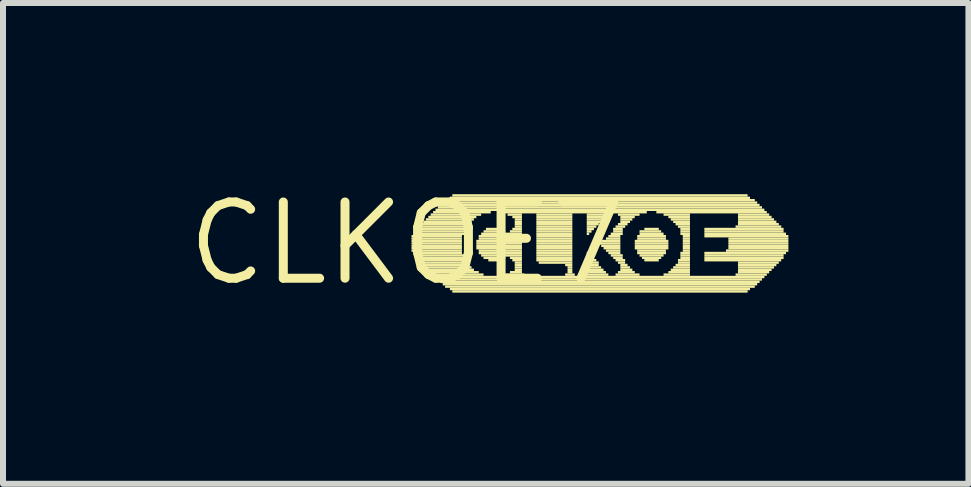
<source format=kicad_pcb>
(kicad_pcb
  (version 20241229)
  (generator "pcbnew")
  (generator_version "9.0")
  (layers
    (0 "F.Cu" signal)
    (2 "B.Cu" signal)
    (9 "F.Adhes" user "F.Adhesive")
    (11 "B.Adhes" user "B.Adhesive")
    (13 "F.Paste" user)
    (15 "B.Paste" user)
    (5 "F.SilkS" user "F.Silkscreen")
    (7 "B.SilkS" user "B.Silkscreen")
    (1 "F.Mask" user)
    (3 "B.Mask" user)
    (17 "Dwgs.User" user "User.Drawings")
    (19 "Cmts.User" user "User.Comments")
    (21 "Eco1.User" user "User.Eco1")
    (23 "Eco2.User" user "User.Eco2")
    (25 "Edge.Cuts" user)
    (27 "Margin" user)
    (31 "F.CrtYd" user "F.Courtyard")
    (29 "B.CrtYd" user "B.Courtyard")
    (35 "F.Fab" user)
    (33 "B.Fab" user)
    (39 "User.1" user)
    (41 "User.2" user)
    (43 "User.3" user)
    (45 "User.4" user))
  (footprint "CLKOE7"
    (layer "F.Cu")
    (at 3.727 1.006)
    (property "Reference" "CLKOE7" (at 0 0 0) (layer "F.SilkS") (effects (font (size 1.27 1.27) (thickness 0.15))))
    (fp_poly (pts (xy 0.08 -0.1) (xy 0.92 -0.1) (xy 0.92 -0.14) (xy 0.08 -0.14)) (stroke (width 0) (type default)) (fill yes) (layer "F.SilkS"))
    (fp_poly (pts (xy 0.08 -0.06) (xy 0.92 -0.06) (xy 0.92 -0.1) (xy 0.08 -0.1)) (stroke (width 0) (type default)) (fill yes) (layer "F.SilkS"))
    (fp_poly (pts (xy 0.08 -0.02) (xy 0.92 -0.02) (xy 0.92 -0.06) (xy 0.08 -0.06)) (stroke (width 0) (type default)) (fill yes) (layer "F.SilkS"))
    (fp_poly (pts (xy 0.08 0.02) (xy 0.92 0.02) (xy 0.92 -0.02) (xy 0.08 -0.02)) (stroke (width 0) (type default)) (fill yes) (layer "F.SilkS"))
    (fp_poly (pts (xy 0.08 0.06) (xy 0.92 0.06) (xy 0.92 0.02) (xy 0.08 0.02)) (stroke (width 0) (type default)) (fill yes) (layer "F.SilkS"))
    (fp_poly (pts (xy 0.08 0.1) (xy 0.92 0.1) (xy 0.92 0.06) (xy 0.08 0.06)) (stroke (width 0) (type default)) (fill yes) (layer "F.SilkS"))
    (fp_poly (pts (xy 0.08 0.14) (xy 0.92 0.14) (xy 0.92 0.1) (xy 0.08 0.1)) (stroke (width 0) (type default)) (fill yes) (layer "F.SilkS"))
    (fp_poly (pts (xy 0.12 -0.14) (xy 0.96 -0.14) (xy 0.96 -0.18) (xy 0.12 -0.18)) (stroke (width 0) (type default)) (fill yes) (layer "F.SilkS"))
    (fp_poly (pts (xy 0.12 0.18) (xy 0.92 0.18) (xy 0.92 0.14) (xy 0.12 0.14)) (stroke (width 0) (type default)) (fill yes) (layer "F.SilkS"))
    (fp_poly (pts (xy 0.16 -0.22) (xy 0.96 -0.22) (xy 0.96 -0.26) (xy 0.16 -0.26)) (stroke (width 0) (type default)) (fill yes) (layer "F.SilkS"))
    (fp_poly (pts (xy 0.16 -0.18) (xy 0.96 -0.18) (xy 0.96 -0.22) (xy 0.16 -0.22)) (stroke (width 0) (type default)) (fill yes) (layer "F.SilkS"))
    (fp_poly (pts (xy 0.16 0.22) (xy 0.96 0.22) (xy 0.96 0.18) (xy 0.16 0.18)) (stroke (width 0) (type default)) (fill yes) (layer "F.SilkS"))
    (fp_poly (pts (xy 0.16 0.26) (xy 0.96 0.26) (xy 0.96 0.22) (xy 0.16 0.22)) (stroke (width 0) (type default)) (fill yes) (layer "F.SilkS"))
    (fp_poly (pts (xy 0.2 -0.26) (xy 1 -0.26) (xy 1 -0.3) (xy 0.2 -0.3)) (stroke (width 0) (type default)) (fill yes) (layer "F.SilkS"))
    (fp_poly (pts (xy 0.2 0.3) (xy 1 0.3) (xy 1 0.26) (xy 0.2 0.26)) (stroke (width 0) (type default)) (fill yes) (layer "F.SilkS"))
    (fp_poly (pts (xy 0.24 -0.3) (xy 1.04 -0.3) (xy 1.04 -0.34) (xy 0.24 -0.34)) (stroke (width 0) (type default)) (fill yes) (layer "F.SilkS"))
    (fp_poly (pts (xy 0.24 0.34) (xy 1 0.34) (xy 1 0.3) (xy 0.24 0.3)) (stroke (width 0) (type default)) (fill yes) (layer "F.SilkS"))
    (fp_poly (pts (xy 0.28 -0.34) (xy 1.08 -0.34) (xy 1.08 -0.38) (xy 0.28 -0.38)) (stroke (width 0) (type default)) (fill yes) (layer "F.SilkS"))
    (fp_poly (pts (xy 0.28 0.38) (xy 1.04 0.38) (xy 1.04 0.34) (xy 0.28 0.34)) (stroke (width 0) (type default)) (fill yes) (layer "F.SilkS"))
    (fp_poly (pts (xy 0.32 -0.38) (xy 1.12 -0.38) (xy 1.12 -0.42) (xy 0.32 -0.42)) (stroke (width 0) (type default)) (fill yes) (layer "F.SilkS"))
    (fp_poly (pts (xy 0.32 0.42) (xy 1.08 0.42) (xy 1.08 0.38) (xy 0.32 0.38)) (stroke (width 0) (type default)) (fill yes) (layer "F.SilkS"))
    (fp_poly (pts (xy 0.36 -0.42) (xy 1.16 -0.42) (xy 1.16 -0.46) (xy 0.36 -0.46)) (stroke (width 0) (type default)) (fill yes) (layer "F.SilkS"))
    (fp_poly (pts (xy 0.36 0.46) (xy 1.12 0.46) (xy 1.12 0.42) (xy 0.36 0.42)) (stroke (width 0) (type default)) (fill yes) (layer "F.SilkS"))
    (fp_poly (pts (xy 0.4 -0.46) (xy 1.24 -0.46) (xy 1.24 -0.5) (xy 0.4 -0.5)) (stroke (width 0) (type default)) (fill yes) (layer "F.SilkS"))
    (fp_poly (pts (xy 0.4 0.5) (xy 1.2 0.5) (xy 1.2 0.46) (xy 0.4 0.46)) (stroke (width 0) (type default)) (fill yes) (layer "F.SilkS"))
    (fp_poly (pts (xy 0.44 -0.5) (xy 1.4 -0.5) (xy 1.4 -0.54) (xy 0.44 -0.54)) (stroke (width 0) (type default)) (fill yes) (layer "F.SilkS"))
    (fp_poly (pts (xy 0.44 0.54) (xy 1.28 0.54) (xy 1.28 0.5) (xy 0.44 0.5)) (stroke (width 0) (type default)) (fill yes) (layer "F.SilkS"))
    (fp_poly (pts (xy 0.48 -0.54) (xy 5.96 -0.54) (xy 5.96 -0.58) (xy 0.48 -0.58)) (stroke (width 0) (type default)) (fill yes) (layer "F.SilkS"))
    (fp_poly (pts (xy 0.48 0.58) (xy 5.96 0.58) (xy 5.96 0.54) (xy 0.48 0.54)) (stroke (width 0) (type default)) (fill yes) (layer "F.SilkS"))
    (fp_poly (pts (xy 0.52 -0.58) (xy 5.92 -0.58) (xy 5.92 -0.62) (xy 0.52 -0.62)) (stroke (width 0) (type default)) (fill yes) (layer "F.SilkS"))
    (fp_poly (pts (xy 0.52 0.62) (xy 5.92 0.62) (xy 5.92 0.58) (xy 0.52 0.58)) (stroke (width 0) (type default)) (fill yes) (layer "F.SilkS"))
    (fp_poly (pts (xy 0.56 -0.62) (xy 5.88 -0.62) (xy 5.88 -0.66) (xy 0.56 -0.66)) (stroke (width 0) (type default)) (fill yes) (layer "F.SilkS"))
    (fp_poly (pts (xy 0.56 0.66) (xy 5.88 0.66) (xy 5.88 0.62) (xy 0.56 0.62)) (stroke (width 0) (type default)) (fill yes) (layer "F.SilkS"))
    (fp_poly (pts (xy 0.6 -0.66) (xy 5.84 -0.66) (xy 5.84 -0.7) (xy 0.6 -0.7)) (stroke (width 0) (type default)) (fill yes) (layer "F.SilkS"))
    (fp_poly (pts (xy 0.6 0.7) (xy 5.84 0.7) (xy 5.84 0.66) (xy 0.6 0.66)) (stroke (width 0) (type default)) (fill yes) (layer "F.SilkS"))
    (fp_poly (pts (xy 0.64 -0.7) (xy 5.8 -0.7) (xy 5.8 -0.74) (xy 0.64 -0.74)) (stroke (width 0) (type default)) (fill yes) (layer "F.SilkS"))
    (fp_poly (pts (xy 0.64 0.74) (xy 5.8 0.74) (xy 5.8 0.7) (xy 0.64 0.7)) (stroke (width 0) (type default)) (fill yes) (layer "F.SilkS"))
    (fp_poly (pts (xy 0.72 -0.74) (xy 5.72 -0.74) (xy 5.72 -0.78) (xy 0.72 -0.78)) (stroke (width 0) (type default)) (fill yes) (layer "F.SilkS"))
    (fp_poly (pts (xy 0.72 0.78) (xy 5.72 0.78) (xy 5.72 0.74) (xy 0.72 0.74)) (stroke (width 0) (type default)) (fill yes) (layer "F.SilkS"))
    (fp_poly (pts (xy 0.76 -0.78) (xy 5.68 -0.78) (xy 5.68 -0.82) (xy 0.76 -0.82)) (stroke (width 0) (type default)) (fill yes) (layer "F.SilkS"))
    (fp_poly (pts (xy 0.76 0.82) (xy 5.68 0.82) (xy 5.68 0.78) (xy 0.76 0.78)) (stroke (width 0) (type default)) (fill yes) (layer "F.SilkS"))
    (fp_poly (pts (xy 1.16 -0.02) (xy 1.92 -0.02) (xy 1.92 -0.06) (xy 1.16 -0.06)) (stroke (width 0) (type default)) (fill yes) (layer "F.SilkS"))
    (fp_poly (pts (xy 1.16 0.02) (xy 1.92 0.02) (xy 1.92 -0.02) (xy 1.16 -0.02)) (stroke (width 0) (type default)) (fill yes) (layer "F.SilkS"))
    (fp_poly (pts (xy 1.16 0.06) (xy 1.92 0.06) (xy 1.92 0.02) (xy 1.16 0.02)) (stroke (width 0) (type default)) (fill yes) (layer "F.SilkS"))
    (fp_poly (pts (xy 1.16 0.1) (xy 1.92 0.1) (xy 1.92 0.06) (xy 1.16 0.06)) (stroke (width 0) (type default)) (fill yes) (layer "F.SilkS"))
    (fp_poly (pts (xy 1.2 -0.1) (xy 1.92 -0.1) (xy 1.92 -0.14) (xy 1.2 -0.14)) (stroke (width 0) (type default)) (fill yes) (layer "F.SilkS"))
    (fp_poly (pts (xy 1.2 -0.06) (xy 1.92 -0.06) (xy 1.92 -0.1) (xy 1.2 -0.1)) (stroke (width 0) (type default)) (fill yes) (layer "F.SilkS"))
    (fp_poly (pts (xy 1.2 0.14) (xy 1.92 0.14) (xy 1.92 0.1) (xy 1.2 0.1)) (stroke (width 0) (type default)) (fill yes) (layer "F.SilkS"))
    (fp_poly (pts (xy 1.2 0.18) (xy 1.92 0.18) (xy 1.92 0.14) (xy 1.2 0.14)) (stroke (width 0) (type default)) (fill yes) (layer "F.SilkS"))
    (fp_poly (pts (xy 1.24 -0.14) (xy 1.92 -0.14) (xy 1.92 -0.18) (xy 1.24 -0.18)) (stroke (width 0) (type default)) (fill yes) (layer "F.SilkS"))
    (fp_poly (pts (xy 1.24 0.22) (xy 1.92 0.22) (xy 1.92 0.18) (xy 1.24 0.18)) (stroke (width 0) (type default)) (fill yes) (layer "F.SilkS"))
    (fp_poly (pts (xy 1.28 -0.18) (xy 1.64 -0.18) (xy 1.64 -0.22) (xy 1.28 -0.22)) (stroke (width 0) (type default)) (fill yes) (layer "F.SilkS"))
    (fp_poly (pts (xy 1.28 0.26) (xy 1.64 0.26) (xy 1.64 0.22) (xy 1.28 0.22)) (stroke (width 0) (type default)) (fill yes) (layer "F.SilkS"))
    (fp_poly (pts (xy 1.32 -0.22) (xy 1.6 -0.22) (xy 1.6 -0.26) (xy 1.32 -0.26)) (stroke (width 0) (type default)) (fill yes) (layer "F.SilkS"))
    (fp_poly (pts (xy 1.36 0.3) (xy 1.56 0.3) (xy 1.56 0.26) (xy 1.36 0.26)) (stroke (width 0) (type default)) (fill yes) (layer "F.SilkS"))
    (fp_poly (pts (xy 1.52 -0.5) (xy 3.4 -0.5) (xy 3.4 -0.54) (xy 1.52 -0.54)) (stroke (width 0) (type default)) (fill yes) (layer "F.SilkS"))
    (fp_poly (pts (xy 1.64 0.54) (xy 1.96 0.54) (xy 1.96 0.5) (xy 1.64 0.5)) (stroke (width 0) (type default)) (fill yes) (layer "F.SilkS"))
    (fp_poly (pts (xy 1.68 -0.46) (xy 1.92 -0.46) (xy 1.92 -0.5) (xy 1.68 -0.5)) (stroke (width 0) (type default)) (fill yes) (layer "F.SilkS"))
    (fp_poly (pts (xy 1.72 -0.18) (xy 1.92 -0.18) (xy 1.92 -0.22) (xy 1.72 -0.22)) (stroke (width 0) (type default)) (fill yes) (layer "F.SilkS"))
    (fp_poly (pts (xy 1.72 0.26) (xy 1.92 0.26) (xy 1.92 0.22) (xy 1.72 0.22)) (stroke (width 0) (type default)) (fill yes) (layer "F.SilkS"))
    (fp_poly (pts (xy 1.72 0.5) (xy 1.92 0.5) (xy 1.92 0.46) (xy 1.72 0.46)) (stroke (width 0) (type default)) (fill yes) (layer "F.SilkS"))
    (fp_poly (pts (xy 1.76 -0.42) (xy 1.92 -0.42) (xy 1.92 -0.46) (xy 1.76 -0.46)) (stroke (width 0) (type default)) (fill yes) (layer "F.SilkS"))
    (fp_poly (pts (xy 1.76 -0.22) (xy 1.92 -0.22) (xy 1.92 -0.26) (xy 1.76 -0.26)) (stroke (width 0) (type default)) (fill yes) (layer "F.SilkS"))
    (fp_poly (pts (xy 1.76 0.3) (xy 1.92 0.3) (xy 1.92 0.26) (xy 1.76 0.26)) (stroke (width 0) (type default)) (fill yes) (layer "F.SilkS"))
    (fp_poly (pts (xy 1.8 -0.38) (xy 1.92 -0.38) (xy 1.92 -0.42) (xy 1.8 -0.42)) (stroke (width 0) (type default)) (fill yes) (layer "F.SilkS"))
    (fp_poly (pts (xy 1.8 -0.34) (xy 1.92 -0.34) (xy 1.92 -0.38) (xy 1.8 -0.38)) (stroke (width 0) (type default)) (fill yes) (layer "F.SilkS"))
    (fp_poly (pts (xy 1.8 -0.3) (xy 1.92 -0.3) (xy 1.92 -0.34) (xy 1.8 -0.34)) (stroke (width 0) (type default)) (fill yes) (layer "F.SilkS"))
    (fp_poly (pts (xy 1.8 -0.26) (xy 1.92 -0.26) (xy 1.92 -0.3) (xy 1.8 -0.3)) (stroke (width 0) (type default)) (fill yes) (layer "F.SilkS"))
    (fp_poly (pts (xy 1.8 0.34) (xy 1.92 0.34) (xy 1.92 0.3) (xy 1.8 0.3)) (stroke (width 0) (type default)) (fill yes) (layer "F.SilkS"))
    (fp_poly (pts (xy 1.8 0.38) (xy 1.92 0.38) (xy 1.92 0.34) (xy 1.8 0.34)) (stroke (width 0) (type default)) (fill yes) (layer "F.SilkS"))
    (fp_poly (pts (xy 1.8 0.42) (xy 1.92 0.42) (xy 1.92 0.38) (xy 1.8 0.38)) (stroke (width 0) (type default)) (fill yes) (layer "F.SilkS"))
    (fp_poly (pts (xy 1.8 0.46) (xy 1.92 0.46) (xy 1.92 0.42) (xy 1.8 0.42)) (stroke (width 0) (type default)) (fill yes) (layer "F.SilkS"))
    (fp_poly (pts (xy 2.16 -0.46) (xy 2.76 -0.46) (xy 2.76 -0.5) (xy 2.16 -0.5)) (stroke (width 0) (type default)) (fill yes) (layer "F.SilkS"))
    (fp_poly (pts (xy 2.16 -0.42) (xy 2.76 -0.42) (xy 2.76 -0.46) (xy 2.16 -0.46)) (stroke (width 0) (type default)) (fill yes) (layer "F.SilkS"))
    (fp_poly (pts (xy 2.16 -0.38) (xy 2.76 -0.38) (xy 2.76 -0.42) (xy 2.16 -0.42)) (stroke (width 0) (type default)) (fill yes) (layer "F.SilkS"))
    (fp_poly (pts (xy 2.16 -0.34) (xy 2.76 -0.34) (xy 2.76 -0.38) (xy 2.16 -0.38)) (stroke (width 0) (type default)) (fill yes) (layer "F.SilkS"))
    (fp_poly (pts (xy 2.16 -0.3) (xy 2.76 -0.3) (xy 2.76 -0.34) (xy 2.16 -0.34)) (stroke (width 0) (type default)) (fill yes) (layer "F.SilkS"))
    (fp_poly (pts (xy 2.16 -0.26) (xy 2.76 -0.26) (xy 2.76 -0.3) (xy 2.16 -0.3)) (stroke (width 0) (type default)) (fill yes) (layer "F.SilkS"))
    (fp_poly (pts (xy 2.16 -0.22) (xy 2.76 -0.22) (xy 2.76 -0.26) (xy 2.16 -0.26)) (stroke (width 0) (type default)) (fill yes) (layer "F.SilkS"))
    (fp_poly (pts (xy 2.16 -0.18) (xy 2.76 -0.18) (xy 2.76 -0.22) (xy 2.16 -0.22)) (stroke (width 0) (type default)) (fill yes) (layer "F.SilkS"))
    (fp_poly (pts (xy 2.16 -0.14) (xy 2.76 -0.14) (xy 2.76 -0.18) (xy 2.16 -0.18)) (stroke (width 0) (type default)) (fill yes) (layer "F.SilkS"))
    (fp_poly (pts (xy 2.16 -0.1) (xy 2.76 -0.1) (xy 2.76 -0.14) (xy 2.16 -0.14)) (stroke (width 0) (type default)) (fill yes) (layer "F.SilkS"))
    (fp_poly (pts (xy 2.16 -0.06) (xy 2.76 -0.06) (xy 2.76 -0.1) (xy 2.16 -0.1)) (stroke (width 0) (type default)) (fill yes) (layer "F.SilkS"))
    (fp_poly (pts (xy 2.16 -0.02) (xy 2.76 -0.02) (xy 2.76 -0.06) (xy 2.16 -0.06)) (stroke (width 0) (type default)) (fill yes) (layer "F.SilkS"))
    (fp_poly (pts (xy 2.16 0.02) (xy 2.76 0.02) (xy 2.76 -0.02) (xy 2.16 -0.02)) (stroke (width 0) (type default)) (fill yes) (layer "F.SilkS"))
    (fp_poly (pts (xy 2.16 0.06) (xy 2.76 0.06) (xy 2.76 0.02) (xy 2.16 0.02)) (stroke (width 0) (type default)) (fill yes) (layer "F.SilkS"))
    (fp_poly (pts (xy 2.16 0.1) (xy 2.76 0.1) (xy 2.76 0.06) (xy 2.16 0.06)) (stroke (width 0) (type default)) (fill yes) (layer "F.SilkS"))
    (fp_poly (pts (xy 2.16 0.14) (xy 2.76 0.14) (xy 2.76 0.1) (xy 2.16 0.1)) (stroke (width 0) (type default)) (fill yes) (layer "F.SilkS"))
    (fp_poly (pts (xy 2.16 0.18) (xy 2.76 0.18) (xy 2.76 0.14) (xy 2.16 0.14)) (stroke (width 0) (type default)) (fill yes) (layer "F.SilkS"))
    (fp_poly (pts (xy 2.16 0.22) (xy 2.76 0.22) (xy 2.76 0.18) (xy 2.16 0.18)) (stroke (width 0) (type default)) (fill yes) (layer "F.SilkS"))
    (fp_poly (pts (xy 2.16 0.26) (xy 2.76 0.26) (xy 2.76 0.22) (xy 2.16 0.22)) (stroke (width 0) (type default)) (fill yes) (layer "F.SilkS"))
    (fp_poly (pts (xy 2.16 0.3) (xy 2.76 0.3) (xy 2.76 0.26) (xy 2.16 0.26)) (stroke (width 0) (type default)) (fill yes) (layer "F.SilkS"))
    (fp_poly (pts (xy 2.2 0.34) (xy 2.76 0.34) (xy 2.76 0.3) (xy 2.2 0.3)) (stroke (width 0) (type default)) (fill yes) (layer "F.SilkS"))
    (fp_poly (pts (xy 2.64 0.38) (xy 2.76 0.38) (xy 2.76 0.34) (xy 2.64 0.34)) (stroke (width 0) (type default)) (fill yes) (layer "F.SilkS"))
    (fp_poly (pts (xy 2.64 0.54) (xy 2.8 0.54) (xy 2.8 0.5) (xy 2.64 0.5)) (stroke (width 0) (type default)) (fill yes) (layer "F.SilkS"))
    (fp_poly (pts (xy 2.68 0.42) (xy 2.76 0.42) (xy 2.76 0.38) (xy 2.68 0.38)) (stroke (width 0) (type default)) (fill yes) (layer "F.SilkS"))
    (fp_poly (pts (xy 2.68 0.46) (xy 2.76 0.46) (xy 2.76 0.42) (xy 2.68 0.42)) (stroke (width 0) (type default)) (fill yes) (layer "F.SilkS"))
    (fp_poly (pts (xy 2.68 0.5) (xy 2.76 0.5) (xy 2.76 0.46) (xy 2.68 0.46)) (stroke (width 0) (type default)) (fill yes) (layer "F.SilkS"))
    (fp_poly (pts (xy 2.96 0.54) (xy 3.36 0.54) (xy 3.36 0.5) (xy 2.96 0.5)) (stroke (width 0) (type default)) (fill yes) (layer "F.SilkS"))
    (fp_poly (pts (xy 3 -0.46) (xy 3.32 -0.46) (xy 3.32 -0.5) (xy 3 -0.5)) (stroke (width 0) (type default)) (fill yes) (layer "F.SilkS"))
    (fp_poly (pts (xy 3 -0.42) (xy 3.32 -0.42) (xy 3.32 -0.46) (xy 3 -0.46)) (stroke (width 0) (type default)) (fill yes) (layer "F.SilkS"))
    (fp_poly (pts (xy 3 -0.38) (xy 3.28 -0.38) (xy 3.28 -0.42) (xy 3 -0.42)) (stroke (width 0) (type default)) (fill yes) (layer "F.SilkS"))
    (fp_poly (pts (xy 3 -0.34) (xy 3.24 -0.34) (xy 3.24 -0.38) (xy 3 -0.38)) (stroke (width 0) (type default)) (fill yes) (layer "F.SilkS"))
    (fp_poly (pts (xy 3 -0.3) (xy 3.2 -0.3) (xy 3.2 -0.34) (xy 3 -0.34)) (stroke (width 0) (type default)) (fill yes) (layer "F.SilkS"))
    (fp_poly (pts (xy 3 -0.26) (xy 3.16 -0.26) (xy 3.16 -0.3) (xy 3 -0.3)) (stroke (width 0) (type default)) (fill yes) (layer "F.SilkS"))
    (fp_poly (pts (xy 3 -0.22) (xy 3.12 -0.22) (xy 3.12 -0.26) (xy 3 -0.26)) (stroke (width 0) (type default)) (fill yes) (layer "F.SilkS"))
    (fp_poly (pts (xy 3 -0.18) (xy 3.08 -0.18) (xy 3.08 -0.22) (xy 3 -0.22)) (stroke (width 0) (type default)) (fill yes) (layer "F.SilkS"))
    (fp_poly (pts (xy 3 -0.14) (xy 3.04 -0.14) (xy 3.04 -0.18) (xy 3 -0.18)) (stroke (width 0) (type default)) (fill yes) (layer "F.SilkS"))
    (fp_poly (pts (xy 3 0.18) (xy 3.04 0.18) (xy 3.04 0.14) (xy 3 0.14)) (stroke (width 0) (type default)) (fill yes) (layer "F.SilkS"))
    (fp_poly (pts (xy 3 0.22) (xy 3.08 0.22) (xy 3.08 0.18) (xy 3 0.18)) (stroke (width 0) (type default)) (fill yes) (layer "F.SilkS"))
    (fp_poly (pts (xy 3 0.26) (xy 3.12 0.26) (xy 3.12 0.22) (xy 3 0.22)) (stroke (width 0) (type default)) (fill yes) (layer "F.SilkS"))
    (fp_poly (pts (xy 3 0.3) (xy 3.16 0.3) (xy 3.16 0.26) (xy 3 0.26)) (stroke (width 0) (type default)) (fill yes) (layer "F.SilkS"))
    (fp_poly (pts (xy 3 0.34) (xy 3.2 0.34) (xy 3.2 0.3) (xy 3 0.3)) (stroke (width 0) (type default)) (fill yes) (layer "F.SilkS"))
    (fp_poly (pts (xy 3 0.38) (xy 3.2 0.38) (xy 3.2 0.34) (xy 3 0.34)) (stroke (width 0) (type default)) (fill yes) (layer "F.SilkS"))
    (fp_poly (pts (xy 3 0.42) (xy 3.24 0.42) (xy 3.24 0.38) (xy 3 0.38)) (stroke (width 0) (type default)) (fill yes) (layer "F.SilkS"))
    (fp_poly (pts (xy 3 0.46) (xy 3.28 0.46) (xy 3.28 0.42) (xy 3 0.42)) (stroke (width 0) (type default)) (fill yes) (layer "F.SilkS"))
    (fp_poly (pts (xy 3 0.5) (xy 3.32 0.5) (xy 3.32 0.46) (xy 3 0.46)) (stroke (width 0) (type default)) (fill yes) (layer "F.SilkS"))
    (fp_poly (pts (xy 3.2 0.02) (xy 3.56 0.02) (xy 3.56 -0.02) (xy 3.2 -0.02)) (stroke (width 0) (type default)) (fill yes) (layer "F.SilkS"))
    (fp_poly (pts (xy 3.24 -0.02) (xy 3.56 -0.02) (xy 3.56 -0.06) (xy 3.24 -0.06)) (stroke (width 0) (type default)) (fill yes) (layer "F.SilkS"))
    (fp_poly (pts (xy 3.24 0.06) (xy 3.56 0.06) (xy 3.56 0.02) (xy 3.24 0.02)) (stroke (width 0) (type default)) (fill yes) (layer "F.SilkS"))
    (fp_poly (pts (xy 3.28 0.1) (xy 3.56 0.1) (xy 3.56 0.06) (xy 3.28 0.06)) (stroke (width 0) (type default)) (fill yes) (layer "F.SilkS"))
    (fp_poly (pts (xy 3.32 -0.06) (xy 3.56 -0.06) (xy 3.56 -0.1) (xy 3.32 -0.1)) (stroke (width 0) (type default)) (fill yes) (layer "F.SilkS"))
    (fp_poly (pts (xy 3.32 0.14) (xy 3.56 0.14) (xy 3.56 0.1) (xy 3.32 0.1)) (stroke (width 0) (type default)) (fill yes) (layer "F.SilkS"))
    (fp_poly (pts (xy 3.36 -0.1) (xy 3.56 -0.1) (xy 3.56 -0.14) (xy 3.36 -0.14)) (stroke (width 0) (type default)) (fill yes) (layer "F.SilkS"))
    (fp_poly (pts (xy 3.36 0.18) (xy 3.56 0.18) (xy 3.56 0.14) (xy 3.36 0.14)) (stroke (width 0) (type default)) (fill yes) (layer "F.SilkS"))
    (fp_poly (pts (xy 3.4 -0.14) (xy 3.6 -0.14) (xy 3.6 -0.18) (xy 3.4 -0.18)) (stroke (width 0) (type default)) (fill yes) (layer "F.SilkS"))
    (fp_poly (pts (xy 3.4 0.22) (xy 3.6 0.22) (xy 3.6 0.18) (xy 3.4 0.18)) (stroke (width 0) (type default)) (fill yes) (layer "F.SilkS"))
    (fp_poly (pts (xy 3.44 -0.5) (xy 4 -0.5) (xy 4 -0.54) (xy 3.44 -0.54)) (stroke (width 0) (type default)) (fill yes) (layer "F.SilkS"))
    (fp_poly (pts (xy 3.44 -0.22) (xy 3.6 -0.22) (xy 3.6 -0.26) (xy 3.44 -0.26)) (stroke (width 0) (type default)) (fill yes) (layer "F.SilkS"))
    (fp_poly (pts (xy 3.44 -0.18) (xy 3.6 -0.18) (xy 3.6 -0.22) (xy 3.44 -0.22)) (stroke (width 0) (type default)) (fill yes) (layer "F.SilkS"))
    (fp_poly (pts (xy 3.44 0.26) (xy 3.6 0.26) (xy 3.6 0.22) (xy 3.44 0.22)) (stroke (width 0) (type default)) (fill yes) (layer "F.SilkS"))
    (fp_poly (pts (xy 3.48 -0.26) (xy 3.64 -0.26) (xy 3.64 -0.3) (xy 3.48 -0.3)) (stroke (width 0) (type default)) (fill yes) (layer "F.SilkS"))
    (fp_poly (pts (xy 3.48 0.3) (xy 3.64 0.3) (xy 3.64 0.26) (xy 3.48 0.26)) (stroke (width 0) (type default)) (fill yes) (layer "F.SilkS"))
    (fp_poly (pts (xy 3.48 0.54) (xy 3.88 0.54) (xy 3.88 0.5) (xy 3.48 0.5)) (stroke (width 0) (type default)) (fill yes) (layer "F.SilkS"))
    (fp_poly (pts (xy 3.52 -0.46) (xy 3.88 -0.46) (xy 3.88 -0.5) (xy 3.52 -0.5)) (stroke (width 0) (type default)) (fill yes) (layer "F.SilkS"))
    (fp_poly (pts (xy 3.52 -0.3) (xy 3.68 -0.3) (xy 3.68 -0.34) (xy 3.52 -0.34)) (stroke (width 0) (type default)) (fill yes) (layer "F.SilkS"))
    (fp_poly (pts (xy 3.52 0.34) (xy 3.64 0.34) (xy 3.64 0.3) (xy 3.52 0.3)) (stroke (width 0) (type default)) (fill yes) (layer "F.SilkS"))
    (fp_poly (pts (xy 3.52 0.5) (xy 3.8 0.5) (xy 3.8 0.46) (xy 3.52 0.46)) (stroke (width 0) (type default)) (fill yes) (layer "F.SilkS"))
    (fp_poly (pts (xy 3.56 -0.42) (xy 3.8 -0.42) (xy 3.8 -0.46) (xy 3.56 -0.46)) (stroke (width 0) (type default)) (fill yes) (layer "F.SilkS"))
    (fp_poly (pts (xy 3.56 -0.38) (xy 3.76 -0.38) (xy 3.76 -0.42) (xy 3.56 -0.42)) (stroke (width 0) (type default)) (fill yes) (layer "F.SilkS"))
    (fp_poly (pts (xy 3.56 -0.34) (xy 3.72 -0.34) (xy 3.72 -0.38) (xy 3.56 -0.38)) (stroke (width 0) (type default)) (fill yes) (layer "F.SilkS"))
    (fp_poly (pts (xy 3.56 0.38) (xy 3.68 0.38) (xy 3.68 0.34) (xy 3.56 0.34)) (stroke (width 0) (type default)) (fill yes) (layer "F.SilkS"))
    (fp_poly (pts (xy 3.56 0.42) (xy 3.72 0.42) (xy 3.72 0.38) (xy 3.56 0.38)) (stroke (width 0) (type default)) (fill yes) (layer "F.SilkS"))
    (fp_poly (pts (xy 3.56 0.46) (xy 3.76 0.46) (xy 3.76 0.42) (xy 3.56 0.42)) (stroke (width 0) (type default)) (fill yes) (layer "F.SilkS"))
    (fp_poly (pts (xy 3.8 -0.02) (xy 4.36 -0.02) (xy 4.36 -0.06) (xy 3.8 -0.06)) (stroke (width 0) (type default)) (fill yes) (layer "F.SilkS"))
    (fp_poly (pts (xy 3.8 0.02) (xy 4.36 0.02) (xy 4.36 -0.02) (xy 3.8 -0.02)) (stroke (width 0) (type default)) (fill yes) (layer "F.SilkS"))
    (fp_poly (pts (xy 3.8 0.06) (xy 4.36 0.06) (xy 4.36 0.02) (xy 3.8 0.02)) (stroke (width 0) (type default)) (fill yes) (layer "F.SilkS"))
    (fp_poly (pts (xy 3.8 0.1) (xy 4.36 0.1) (xy 4.36 0.06) (xy 3.8 0.06)) (stroke (width 0) (type default)) (fill yes) (layer "F.SilkS"))
    (fp_poly (pts (xy 3.84 -0.1) (xy 4.32 -0.1) (xy 4.32 -0.14) (xy 3.84 -0.14)) (stroke (width 0) (type default)) (fill yes) (layer "F.SilkS"))
    (fp_poly (pts (xy 3.84 -0.06) (xy 4.32 -0.06) (xy 4.32 -0.1) (xy 3.84 -0.1)) (stroke (width 0) (type default)) (fill yes) (layer "F.SilkS"))
    (fp_poly (pts (xy 3.84 0.14) (xy 4.32 0.14) (xy 4.32 0.1) (xy 3.84 0.1)) (stroke (width 0) (type default)) (fill yes) (layer "F.SilkS"))
    (fp_poly (pts (xy 3.84 0.18) (xy 4.32 0.18) (xy 4.32 0.14) (xy 3.84 0.14)) (stroke (width 0) (type default)) (fill yes) (layer "F.SilkS"))
    (fp_poly (pts (xy 3.88 -0.18) (xy 4.24 -0.18) (xy 4.24 -0.22) (xy 3.88 -0.22)) (stroke (width 0) (type default)) (fill yes) (layer "F.SilkS"))
    (fp_poly (pts (xy 3.88 -0.14) (xy 4.28 -0.14) (xy 4.28 -0.18) (xy 3.88 -0.18)) (stroke (width 0) (type default)) (fill yes) (layer "F.SilkS"))
    (fp_poly (pts (xy 3.88 0.22) (xy 4.28 0.22) (xy 4.28 0.18) (xy 3.88 0.18)) (stroke (width 0) (type default)) (fill yes) (layer "F.SilkS"))
    (fp_poly (pts (xy 3.92 0.26) (xy 4.24 0.26) (xy 4.24 0.22) (xy 3.92 0.22)) (stroke (width 0) (type default)) (fill yes) (layer "F.SilkS"))
    (fp_poly (pts (xy 3.96 -0.22) (xy 4.2 -0.22) (xy 4.2 -0.26) (xy 3.96 -0.26)) (stroke (width 0) (type default)) (fill yes) (layer "F.SilkS"))
    (fp_poly (pts (xy 3.96 0.3) (xy 4.2 0.3) (xy 4.2 0.26) (xy 3.96 0.26)) (stroke (width 0) (type default)) (fill yes) (layer "F.SilkS"))
    (fp_poly (pts (xy 4.16 -0.5) (xy 6 -0.5) (xy 6 -0.54) (xy 4.16 -0.54)) (stroke (width 0) (type default)) (fill yes) (layer "F.SilkS"))
    (fp_poly (pts (xy 4.28 -0.46) (xy 4.72 -0.46) (xy 4.72 -0.5) (xy 4.28 -0.5)) (stroke (width 0) (type default)) (fill yes) (layer "F.SilkS"))
    (fp_poly (pts (xy 4.28 0.54) (xy 4.72 0.54) (xy 4.72 0.5) (xy 4.28 0.5)) (stroke (width 0) (type default)) (fill yes) (layer "F.SilkS"))
    (fp_poly (pts (xy 4.36 -0.42) (xy 4.72 -0.42) (xy 4.72 -0.46) (xy 4.36 -0.46)) (stroke (width 0) (type default)) (fill yes) (layer "F.SilkS"))
    (fp_poly (pts (xy 4.36 0.5) (xy 4.72 0.5) (xy 4.72 0.46) (xy 4.36 0.46)) (stroke (width 0) (type default)) (fill yes) (layer "F.SilkS"))
    (fp_poly (pts (xy 4.4 -0.38) (xy 4.72 -0.38) (xy 4.72 -0.42) (xy 4.4 -0.42)) (stroke (width 0) (type default)) (fill yes) (layer "F.SilkS"))
    (fp_poly (pts (xy 4.4 0.46) (xy 4.72 0.46) (xy 4.72 0.42) (xy 4.4 0.42)) (stroke (width 0) (type default)) (fill yes) (layer "F.SilkS"))
    (fp_poly (pts (xy 4.44 -0.34) (xy 4.72 -0.34) (xy 4.72 -0.38) (xy 4.44 -0.38)) (stroke (width 0) (type default)) (fill yes) (layer "F.SilkS"))
    (fp_poly (pts (xy 4.44 0.42) (xy 4.72 0.42) (xy 4.72 0.38) (xy 4.44 0.38)) (stroke (width 0) (type default)) (fill yes) (layer "F.SilkS"))
    (fp_poly (pts (xy 4.48 -0.3) (xy 4.72 -0.3) (xy 4.72 -0.34) (xy 4.48 -0.34)) (stroke (width 0) (type default)) (fill yes) (layer "F.SilkS"))
    (fp_poly (pts (xy 4.48 0.38) (xy 4.72 0.38) (xy 4.72 0.34) (xy 4.48 0.34)) (stroke (width 0) (type default)) (fill yes) (layer "F.SilkS"))
    (fp_poly (pts (xy 4.52 -0.26) (xy 4.72 -0.26) (xy 4.72 -0.3) (xy 4.52 -0.3)) (stroke (width 0) (type default)) (fill yes) (layer "F.SilkS"))
    (fp_poly (pts (xy 4.52 0.3) (xy 4.72 0.3) (xy 4.72 0.26) (xy 4.52 0.26)) (stroke (width 0) (type default)) (fill yes) (layer "F.SilkS"))
    (fp_poly (pts (xy 4.52 0.34) (xy 4.72 0.34) (xy 4.72 0.3) (xy 4.52 0.3)) (stroke (width 0) (type default)) (fill yes) (layer "F.SilkS"))
    (fp_poly (pts (xy 4.56 -0.22) (xy 4.72 -0.22) (xy 4.72 -0.26) (xy 4.56 -0.26)) (stroke (width 0) (type default)) (fill yes) (layer "F.SilkS"))
    (fp_poly (pts (xy 4.56 -0.18) (xy 4.72 -0.18) (xy 4.72 -0.22) (xy 4.56 -0.22)) (stroke (width 0) (type default)) (fill yes) (layer "F.SilkS"))
    (fp_poly (pts (xy 4.56 -0.14) (xy 4.72 -0.14) (xy 4.72 -0.18) (xy 4.56 -0.18)) (stroke (width 0) (type default)) (fill yes) (layer "F.SilkS"))
    (fp_poly (pts (xy 4.56 0.18) (xy 4.72 0.18) (xy 4.72 0.14) (xy 4.56 0.14)) (stroke (width 0) (type default)) (fill yes) (layer "F.SilkS"))
    (fp_poly (pts (xy 4.56 0.22) (xy 4.72 0.22) (xy 4.72 0.18) (xy 4.56 0.18)) (stroke (width 0) (type default)) (fill yes) (layer "F.SilkS"))
    (fp_poly (pts (xy 4.56 0.26) (xy 4.72 0.26) (xy 4.72 0.22) (xy 4.56 0.22)) (stroke (width 0) (type default)) (fill yes) (layer "F.SilkS"))
    (fp_poly (pts (xy 4.6 -0.1) (xy 4.72 -0.1) (xy 4.72 -0.14) (xy 4.6 -0.14)) (stroke (width 0) (type default)) (fill yes) (layer "F.SilkS"))
    (fp_poly (pts (xy 4.6 -0.06) (xy 4.72 -0.06) (xy 4.72 -0.1) (xy 4.6 -0.1)) (stroke (width 0) (type default)) (fill yes) (layer "F.SilkS"))
    (fp_poly (pts (xy 4.6 -0.02) (xy 4.72 -0.02) (xy 4.72 -0.06) (xy 4.6 -0.06)) (stroke (width 0) (type default)) (fill yes) (layer "F.SilkS"))
    (fp_poly (pts (xy 4.6 0.02) (xy 4.72 0.02) (xy 4.72 -0.02) (xy 4.6 -0.02)) (stroke (width 0) (type default)) (fill yes) (layer "F.SilkS"))
    (fp_poly (pts (xy 4.6 0.06) (xy 4.72 0.06) (xy 4.72 0.02) (xy 4.6 0.02)) (stroke (width 0) (type default)) (fill yes) (layer "F.SilkS"))
    (fp_poly (pts (xy 4.6 0.1) (xy 4.72 0.1) (xy 4.72 0.06) (xy 4.6 0.06)) (stroke (width 0) (type default)) (fill yes) (layer "F.SilkS"))
    (fp_poly (pts (xy 4.6 0.14) (xy 4.72 0.14) (xy 4.72 0.1) (xy 4.6 0.1)) (stroke (width 0) (type default)) (fill yes) (layer "F.SilkS"))
    (fp_poly (pts (xy 4.96 -0.22) (xy 6.28 -0.22) (xy 6.28 -0.26) (xy 4.96 -0.26)) (stroke (width 0) (type default)) (fill yes) (layer "F.SilkS"))
    (fp_poly (pts (xy 4.96 -0.18) (xy 6.28 -0.18) (xy 6.28 -0.22) (xy 4.96 -0.22)) (stroke (width 0) (type default)) (fill yes) (layer "F.SilkS"))
    (fp_poly (pts (xy 4.96 -0.14) (xy 6.32 -0.14) (xy 6.32 -0.18) (xy 4.96 -0.18)) (stroke (width 0) (type default)) (fill yes) (layer "F.SilkS"))
    (fp_poly (pts (xy 4.96 -0.1) (xy 6.36 -0.1) (xy 6.36 -0.14) (xy 4.96 -0.14)) (stroke (width 0) (type default)) (fill yes) (layer "F.SilkS"))
    (fp_poly (pts (xy 4.96 0.18) (xy 6.32 0.18) (xy 6.32 0.14) (xy 4.96 0.14)) (stroke (width 0) (type default)) (fill yes) (layer "F.SilkS"))
    (fp_poly (pts (xy 4.96 0.22) (xy 6.28 0.22) (xy 6.28 0.18) (xy 4.96 0.18)) (stroke (width 0) (type default)) (fill yes) (layer "F.SilkS"))
    (fp_poly (pts (xy 4.96 0.26) (xy 6.28 0.26) (xy 6.28 0.22) (xy 4.96 0.22)) (stroke (width 0) (type default)) (fill yes) (layer "F.SilkS"))
    (fp_poly (pts (xy 4.96 0.3) (xy 6.24 0.3) (xy 6.24 0.26) (xy 4.96 0.26)) (stroke (width 0) (type default)) (fill yes) (layer "F.SilkS"))
    (fp_poly (pts (xy 5.32 0.14) (xy 6.36 0.14) (xy 6.36 0.1) (xy 5.32 0.1)) (stroke (width 0) (type default)) (fill yes) (layer "F.SilkS"))
    (fp_poly (pts (xy 5.36 -0.06) (xy 6.36 -0.06) (xy 6.36 -0.1) (xy 5.36 -0.1)) (stroke (width 0) (type default)) (fill yes) (layer "F.SilkS"))
    (fp_poly (pts (xy 5.36 -0.02) (xy 6.36 -0.02) (xy 6.36 -0.06) (xy 5.36 -0.06)) (stroke (width 0) (type default)) (fill yes) (layer "F.SilkS"))
    (fp_poly (pts (xy 5.36 0.02) (xy 6.36 0.02) (xy 6.36 -0.02) (xy 5.36 -0.02)) (stroke (width 0) (type default)) (fill yes) (layer "F.SilkS"))
    (fp_poly (pts (xy 5.36 0.06) (xy 6.36 0.06) (xy 6.36 0.02) (xy 5.36 0.02)) (stroke (width 0) (type default)) (fill yes) (layer "F.SilkS"))
    (fp_poly (pts (xy 5.36 0.1) (xy 6.36 0.1) (xy 6.36 0.06) (xy 5.36 0.06)) (stroke (width 0) (type default)) (fill yes) (layer "F.SilkS"))
    (fp_poly (pts (xy 5.48 -0.26) (xy 6.24 -0.26) (xy 6.24 -0.3) (xy 5.48 -0.3)) (stroke (width 0) (type default)) (fill yes) (layer "F.SilkS"))
    (fp_poly (pts (xy 5.48 0.54) (xy 6 0.54) (xy 6 0.5) (xy 5.48 0.5)) (stroke (width 0) (type default)) (fill yes) (layer "F.SilkS"))
    (fp_poly (pts (xy 5.52 -0.46) (xy 6.04 -0.46) (xy 6.04 -0.5) (xy 5.52 -0.5)) (stroke (width 0) (type default)) (fill yes) (layer "F.SilkS"))
    (fp_poly (pts (xy 5.52 -0.42) (xy 6.08 -0.42) (xy 6.08 -0.46) (xy 5.52 -0.46)) (stroke (width 0) (type default)) (fill yes) (layer "F.SilkS"))
    (fp_poly (pts (xy 5.52 -0.38) (xy 6.12 -0.38) (xy 6.12 -0.42) (xy 5.52 -0.42)) (stroke (width 0) (type default)) (fill yes) (layer "F.SilkS"))
    (fp_poly (pts (xy 5.52 -0.34) (xy 6.16 -0.34) (xy 6.16 -0.38) (xy 5.52 -0.38)) (stroke (width 0) (type default)) (fill yes) (layer "F.SilkS"))
    (fp_poly (pts (xy 5.52 -0.3) (xy 6.2 -0.3) (xy 6.2 -0.34) (xy 5.52 -0.34)) (stroke (width 0) (type default)) (fill yes) (layer "F.SilkS"))
    (fp_poly (pts (xy 5.52 0.34) (xy 6.2 0.34) (xy 6.2 0.3) (xy 5.52 0.3)) (stroke (width 0) (type default)) (fill yes) (layer "F.SilkS"))
    (fp_poly (pts (xy 5.52 0.38) (xy 6.16 0.38) (xy 6.16 0.34) (xy 5.52 0.34)) (stroke (width 0) (type default)) (fill yes) (layer "F.SilkS"))
    (fp_poly (pts (xy 5.52 0.42) (xy 6.12 0.42) (xy 6.12 0.38) (xy 5.52 0.38)) (stroke (width 0) (type default)) (fill yes) (layer "F.SilkS"))
    (fp_poly (pts (xy 5.52 0.46) (xy 6.08 0.46) (xy 6.08 0.42) (xy 5.52 0.42)) (stroke (width 0) (type default)) (fill yes) (layer "F.SilkS"))
    (fp_poly (pts (xy 5.52 0.5) (xy 6.04 0.5) (xy 6.04 0.46) (xy 5.52 0.46)) (stroke (width 0) (type default)) (fill yes) (layer "F.SilkS")))
  (gr_rect
    (start -3 -3)
    (end 13.087 5.012)
    (stroke (width 0.1) (type default))
    (fill no)
    (layer "Edge.Cuts")))
</source>
